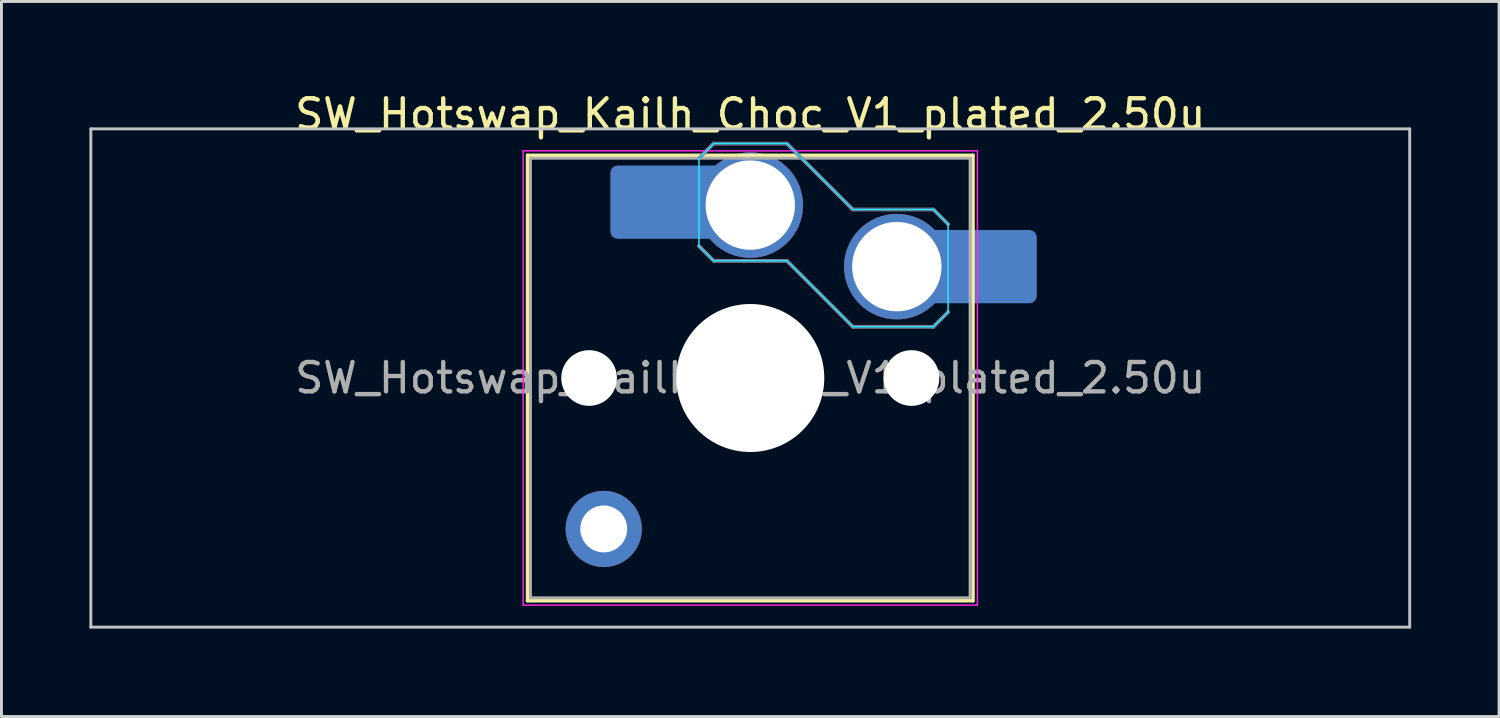
<source format=kicad_pcb>
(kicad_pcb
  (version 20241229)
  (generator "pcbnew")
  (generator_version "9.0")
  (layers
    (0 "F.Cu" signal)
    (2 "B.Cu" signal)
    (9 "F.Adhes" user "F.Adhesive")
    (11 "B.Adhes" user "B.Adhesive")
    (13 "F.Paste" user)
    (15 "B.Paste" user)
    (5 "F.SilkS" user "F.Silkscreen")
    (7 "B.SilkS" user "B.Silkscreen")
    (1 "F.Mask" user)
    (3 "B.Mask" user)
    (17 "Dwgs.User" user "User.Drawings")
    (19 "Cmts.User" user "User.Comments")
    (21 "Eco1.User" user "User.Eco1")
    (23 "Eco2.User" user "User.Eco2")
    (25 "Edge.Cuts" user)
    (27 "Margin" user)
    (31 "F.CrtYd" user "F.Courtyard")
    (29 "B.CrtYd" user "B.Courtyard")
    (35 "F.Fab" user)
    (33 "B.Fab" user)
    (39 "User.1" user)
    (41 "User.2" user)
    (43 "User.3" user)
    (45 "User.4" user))
  (footprint "SW_Hotswap_Kailh_Choc_V1_plated_2.50u"
    (layer "F.Cu")
    (at 22.55 9.848)
    (property "Reference" "SW_Hotswap_Kailh_Choc_V1_plated_2.50u" (at 0 -9 0) (layer "F.SilkS") (effects (font (size 1 1) (thickness 0.15))))
    (attr smd)
    (fp_line (start -7.6 -7.6) (end -7.6 7.6) (stroke (width 0.12) (type solid)) (layer "F.SilkS"))
    (fp_line (start -7.6 7.6) (end 7.6 7.6) (stroke (width 0.12) (type solid)) (layer "F.SilkS"))
    (fp_line (start 7.6 -7.6) (end -7.6 -7.6) (stroke (width 0.12) (type solid)) (layer "F.SilkS"))
    (fp_line (start 7.6 7.6) (end 7.6 -7.6) (stroke (width 0.12) (type solid)) (layer "F.SilkS"))
    (fp_line (start -1.75 -7.5) (end -1.25 -8) (stroke (width 0.12) (type solid)) (layer "B.SilkS"))
    (fp_line (start -1.25 -8) (end 1.25 -8) (stroke (width 0.12) (type solid)) (layer "B.SilkS"))
    (fp_line (start -1.25 -4) (end -1.75 -4.5) (stroke (width 0.12) (type solid)) (layer "B.SilkS"))
    (fp_line (start 1.25 -8) (end 3.5 -5.75) (stroke (width 0.12) (type solid)) (layer "B.SilkS"))
    (fp_line (start 1.25 -4) (end -1.25 -4) (stroke (width 0.12) (type solid)) (layer "B.SilkS"))
    (fp_line (start 3.5 -5.75) (end 6.25 -5.75) (stroke (width 0.12) (type solid)) (layer "B.SilkS"))
    (fp_line (start 3.5 -1.75) (end 1.25 -4) (stroke (width 0.12) (type solid)) (layer "B.SilkS"))
    (fp_line (start 6.25 -5.75) (end 6.75 -5.25) (stroke (width 0.12) (type solid)) (layer "B.SilkS"))
    (fp_line (start 6.25 -1.75) (end 3.5 -1.75) (stroke (width 0.12) (type solid)) (layer "B.SilkS"))
    (fp_line (start 6.75 -2.25) (end 6.25 -1.75) (stroke (width 0.12) (type solid)) (layer "B.SilkS"))
    (fp_line (start -22.5 -8.5) (end -22.5 8.5) (stroke (width 0.1) (type solid)) (layer "Dwgs.User"))
    (fp_line (start -22.5 8.5) (end 22.5 8.5) (stroke (width 0.1) (type solid)) (layer "Dwgs.User"))
    (fp_line (start 22.5 -8.5) (end -22.5 -8.5) (stroke (width 0.1) (type solid)) (layer "Dwgs.User"))
    (fp_line (start 22.5 8.5) (end 22.5 -8.5) (stroke (width 0.1) (type solid)) (layer "Dwgs.User"))
    (fp_line (start -7.25 -7.25) (end -7.25 7.25) (stroke (width 0.1) (type solid)) (layer "Eco1.User"))
    (fp_line (start -7.25 7.25) (end 7.25 7.25) (stroke (width 0.1) (type solid)) (layer "Eco1.User"))
    (fp_line (start 7.25 -7.25) (end -7.25 -7.25) (stroke (width 0.1) (type solid)) (layer "Eco1.User"))
    (fp_line (start 7.25 7.25) (end 7.25 -7.25) (stroke (width 0.1) (type solid)) (layer "Eco1.User"))
    (fp_line (start -1.75 -7.5) (end -1.25 -8) (stroke (width 0.05) (type solid)) (layer "B.CrtYd"))
    (fp_line (start -1.75 -4.5) (end -1.75 -7.5) (stroke (width 0.05) (type solid)) (layer "B.CrtYd"))
    (fp_line (start -1.25 -8) (end 1.25 -8) (stroke (width 0.05) (type solid)) (layer "B.CrtYd"))
    (fp_line (start -1.25 -4) (end -1.75 -4.5) (stroke (width 0.05) (type solid)) (layer "B.CrtYd"))
    (fp_line (start 1.25 -8) (end 3.5 -5.75) (stroke (width 0.05) (type solid)) (layer "B.CrtYd"))
    (fp_line (start 1.25 -4) (end -1.25 -4) (stroke (width 0.05) (type solid)) (layer "B.CrtYd"))
    (fp_line (start 3.5 -5.75) (end 6.25 -5.75) (stroke (width 0.05) (type solid)) (layer "B.CrtYd"))
    (fp_line (start 3.5 -1.75) (end 1.25 -4) (stroke (width 0.05) (type solid)) (layer "B.CrtYd"))
    (fp_line (start 6.25 -5.75) (end 6.75 -5.25) (stroke (width 0.05) (type solid)) (layer "B.CrtYd"))
    (fp_line (start 6.25 -1.75) (end 3.5 -1.75) (stroke (width 0.05) (type solid)) (layer "B.CrtYd"))
    (fp_line (start 6.75 -5.25) (end 6.75 -2.25) (stroke (width 0.05) (type solid)) (layer "B.CrtYd"))
    (fp_line (start 6.75 -2.25) (end 6.25 -1.75) (stroke (width 0.05) (type solid)) (layer "B.CrtYd"))
    (fp_line (start -7.75 -7.75) (end -7.75 7.75) (stroke (width 0.05) (type solid)) (layer "F.CrtYd"))
    (fp_line (start -7.75 7.75) (end 7.75 7.75) (stroke (width 0.05) (type solid)) (layer "F.CrtYd"))
    (fp_line (start 7.75 -7.75) (end -7.75 -7.75) (stroke (width 0.05) (type solid)) (layer "F.CrtYd"))
    (fp_line (start 7.75 7.75) (end 7.75 -7.75) (stroke (width 0.05) (type solid)) (layer "F.CrtYd"))
    (fp_line (start -1.75 -7.5) (end -1.25 -8) (stroke (width 0.1) (type solid)) (layer "B.Fab"))
    (fp_line (start -1.25 -8) (end 1.25 -8) (stroke (width 0.1) (type solid)) (layer "B.Fab"))
    (fp_line (start -1.25 -4) (end -1.75 -4.5) (stroke (width 0.1) (type solid)) (layer "B.Fab"))
    (fp_line (start 1.25 -8) (end 3.5 -5.75) (stroke (width 0.1) (type solid)) (layer "B.Fab"))
    (fp_line (start 1.25 -4) (end -1.25 -4) (stroke (width 0.1) (type solid)) (layer "B.Fab"))
    (fp_line (start 3.5 -5.75) (end 6.25 -5.75) (stroke (width 0.1) (type solid)) (layer "B.Fab"))
    (fp_line (start 3.5 -1.75) (end 1.25 -4) (stroke (width 0.1) (type solid)) (layer "B.Fab"))
    (fp_line (start 6.25 -5.75) (end 6.75 -5.25) (stroke (width 0.1) (type solid)) (layer "B.Fab"))
    (fp_line (start 6.25 -1.75) (end 3.5 -1.75) (stroke (width 0.1) (type solid)) (layer "B.Fab"))
    (fp_line (start 6.75 -2.25) (end 6.25 -1.75) (stroke (width 0.1) (type solid)) (layer "B.Fab"))
    (fp_line (start -7.5 -7.5) (end -7.5 7.5) (stroke (width 0.1) (type solid)) (layer "F.Fab"))
    (fp_line (start -7.5 7.5) (end 7.5 7.5) (stroke (width 0.1) (type solid)) (layer "F.Fab"))
    (fp_line (start 7.5 -7.5) (end -7.5 -7.5) (stroke (width 0.1) (type solid)) (layer "F.Fab"))
    (fp_line (start 7.5 7.5) (end 7.5 -7.5) (stroke (width 0.1) (type solid)) (layer "F.Fab"))
    (fp_text user "${REFERENCE}" (at 0 0 0) (layer "F.Fab") (effects (font (size 1 1) (thickness 0.15))))
    (pad "" np_thru_hole circle (at -5.5 0) (size 1.9 1.9) (drill 1.9) (layers "*.Cu" "*.Mask"))
    (pad "" thru_hole circle (at -5 5.15) (size 2.6 2.6) (drill 1.6) (layers "*.Cu" "B.Mask"))
    (pad "" smd roundrect (at -3.5 -6) (size 2.55 2.5) (layers "B.Mask" "B.Paste") (roundrect_rratio 0.1))
    (pad "" np_thru_hole circle (at 0 0) (size 5.05 5.05) (drill 5.05) (layers "*.Cu" "*.Mask"))
    (pad "" np_thru_hole circle (at 5.5 0) (size 1.9 1.9) (drill 1.9) (layers "*.Cu" "*.Mask"))
    (pad "" smd roundrect (at 8.5 -3.8) (size 2.55 2.5) (layers "B.Mask" "B.Paste") (roundrect_rratio 0.1))
    (pad "1" smd roundrect (at -2.85 -6) (size 3.85 2.5) (layers "B.Cu") (roundrect_rratio 0.1))
    (pad "1" thru_hole circle (at 0 -5.9) (size 3.6 3.6) (drill 3.05) (layers "*.Cu" "B.Mask"))
    (pad "2" thru_hole circle (at 5 -3.8) (size 3.6 3.6) (drill 3.05) (layers "*.Cu" "B.Mask"))
    (pad "2" smd roundrect (at 7.85 -3.8) (size 3.85 2.5) (layers "B.Cu") (roundrect_rratio 0.1)))
  (gr_rect
    (start -3 -3)
    (end 48.1 21.398)
    (stroke (width 0.1) (type default))
    (fill no)
    (layer "Edge.Cuts")))
</source>
